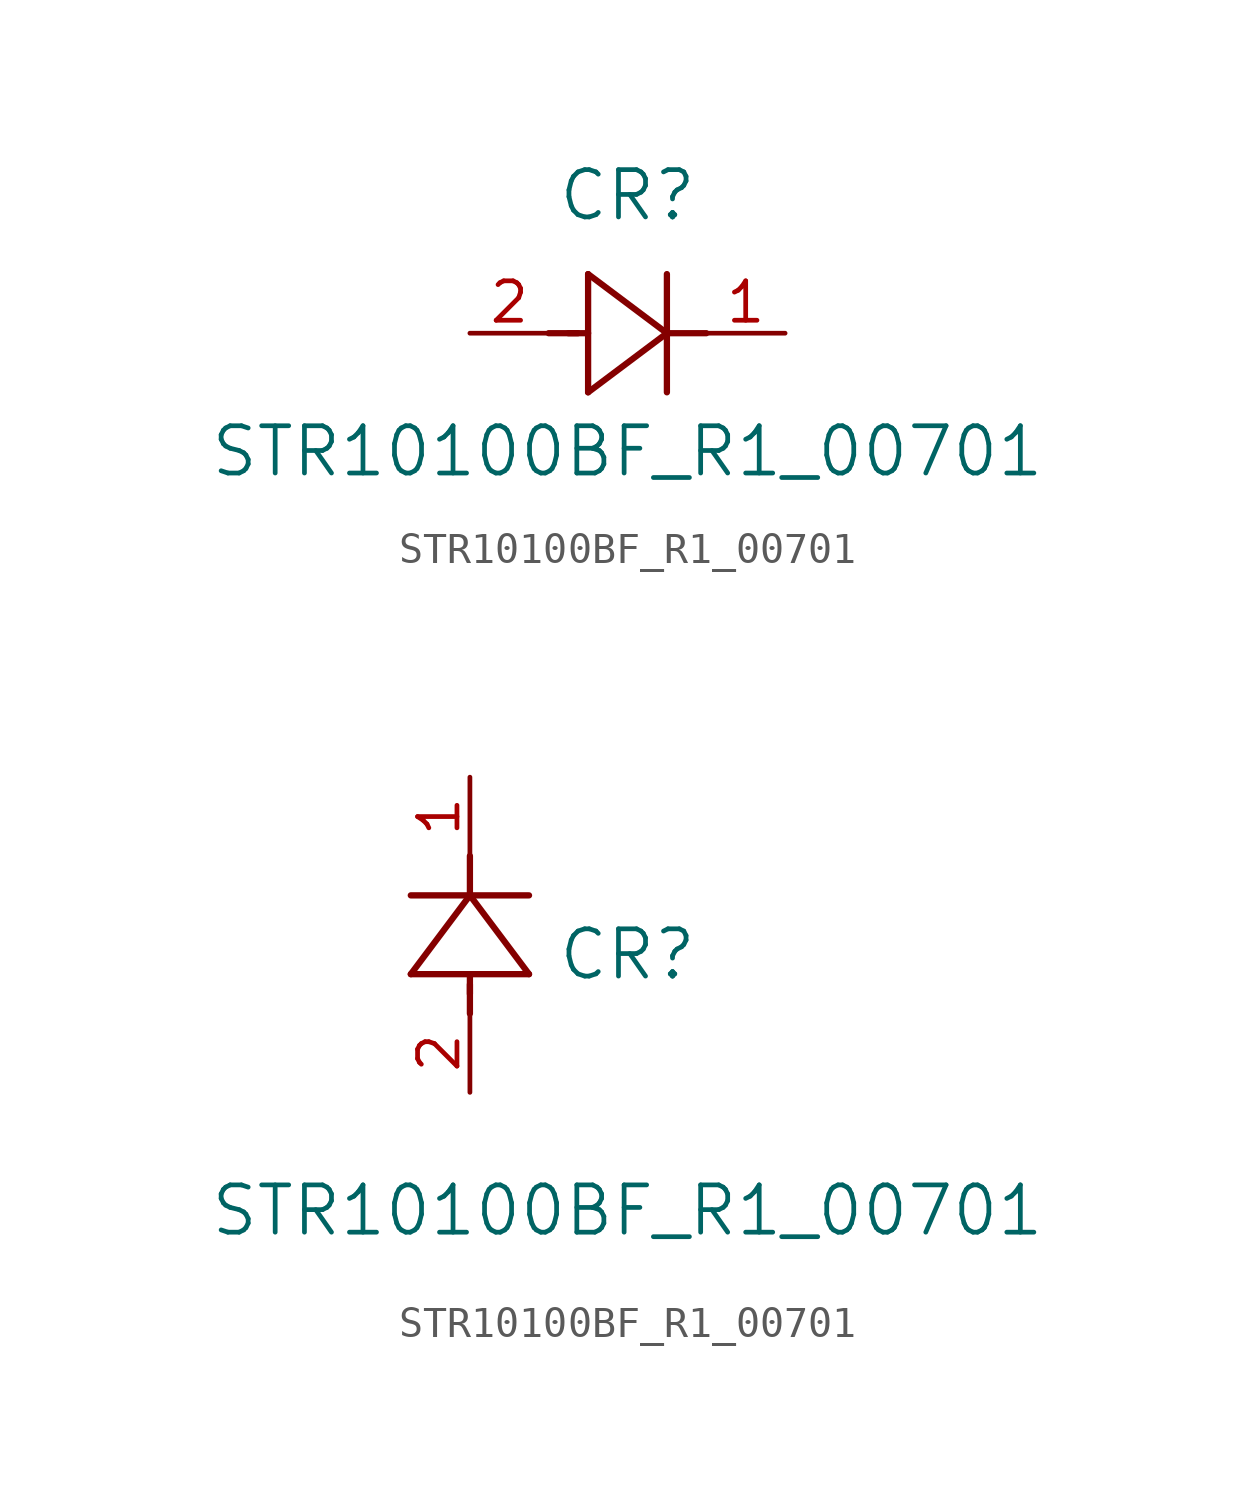
<source format=kicad_sym>
(kicad_symbol_lib
  (version 20211014)
  (generator kicad_symbol_editor)
  (symbol "STR10100BF_R1_00701"
    (pin_names
      (offset 0.254))
    (property "Reference" "CR"
      (at 5.08 4.445 0)
      (effects (font (size 1.524 1.524))))
    (property "Value" "STR10100BF_R1_00701"
      (at 5.08 -3.81 0)
      (effects (font (size 1.524 1.524))))
    (symbol "STR10100BF_R1_00701_1_1"
      (polyline (pts (xy 2.54 0) (xy 3.48 0)) (stroke (width 0.203) (type default) (color 0 0 0 0)) (fill (type none)))
      (polyline (pts (xy 3.81 1.905) (xy 3.81 -1.905)) (stroke (width 0.203) (type default) (color 0 0 0 0)) (fill (type none)))
      (polyline (pts (xy 3.175 0) (xy 3.81 0)) (stroke (width 0.203) (type default) (color 0 0 0 0)) (fill (type none)))
      (polyline (pts (xy 6.35 -1.905) (xy 6.35 1.905)) (stroke (width 0.203) (type default) (color 0 0 0 0)) (fill (type none)))
      (polyline (pts (xy 6.35 0) (xy 7.62 0)) (stroke (width 0.203) (type default) (color 0 0 0 0)) (fill (type none)))
      (polyline (pts (xy 6.35 0) (xy 3.81 1.905)) (stroke (width 0.203) (type default) (color 0 0 0 0)) (fill (type none)))
      (polyline (pts (xy 3.81 -1.905) (xy 6.35 0)) (stroke (width 0.203) (type default) (color 0 0 0 0)) (fill (type none)))
      (pin unspecified line (at 0 0 0) (length 2.54) (name "" (effects (font (size 1.27 1.27)))) (number "2" (effects (font (size 1.27 1.27)))))
      (pin unspecified line (at 10.16 0 180) (length 2.54) (name "" (effects (font (size 1.27 1.27)))) (number "1" (effects (font (size 1.27 1.27))))))
    (symbol "STR10100BF_R1_00701_1_2"
      (polyline (pts (xy 0 2.54) (xy 0 3.48)) (stroke (width 0.203) (type default) (color 0 0 0 0)) (fill (type none)))
      (polyline (pts (xy -1.905 3.81) (xy 1.905 3.81)) (stroke (width 0.203) (type default) (color 0 0 0 0)) (fill (type none)))
      (polyline (pts (xy 0 3.175) (xy 0 3.81)) (stroke (width 0.203) (type default) (color 0 0 0 0)) (fill (type none)))
      (polyline (pts (xy 1.905 6.35) (xy -1.905 6.35)) (stroke (width 0.203) (type default) (color 0 0 0 0)) (fill (type none)))
      (polyline (pts (xy 0 6.35) (xy 0 7.62)) (stroke (width 0.203) (type default) (color 0 0 0 0)) (fill (type none)))
      (polyline (pts (xy 0 6.35) (xy -1.905 3.81)) (stroke (width 0.203) (type default) (color 0 0 0 0)) (fill (type none)))
      (polyline (pts (xy 1.905 3.81) (xy 0 6.35)) (stroke (width 0.203) (type default) (color 0 0 0 0)) (fill (type none)))
      (pin unspecified line (at 0 0 90) (length 2.54) (name "" (effects (font (size 1.27 1.27)))) (number "2" (effects (font (size 1.27 1.27)))))
      (pin unspecified line (at 0 10.16 270) (length 2.54) (name "" (effects (font (size 1.27 1.27)))) (number "1" (effects (font (size 1.27 1.27))))))))
</source>
